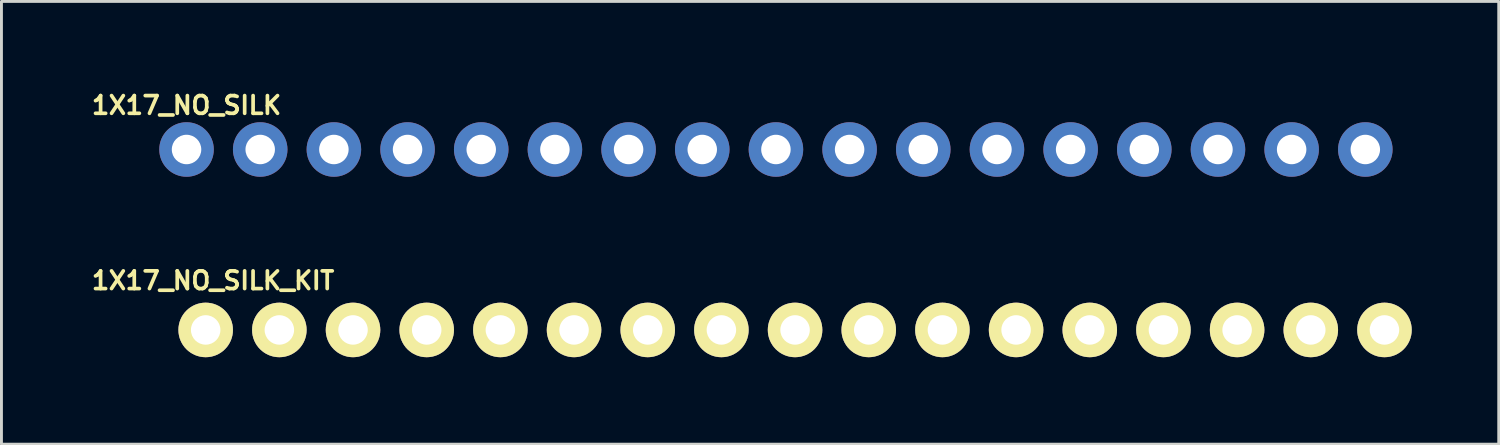
<source format=kicad_pcb>
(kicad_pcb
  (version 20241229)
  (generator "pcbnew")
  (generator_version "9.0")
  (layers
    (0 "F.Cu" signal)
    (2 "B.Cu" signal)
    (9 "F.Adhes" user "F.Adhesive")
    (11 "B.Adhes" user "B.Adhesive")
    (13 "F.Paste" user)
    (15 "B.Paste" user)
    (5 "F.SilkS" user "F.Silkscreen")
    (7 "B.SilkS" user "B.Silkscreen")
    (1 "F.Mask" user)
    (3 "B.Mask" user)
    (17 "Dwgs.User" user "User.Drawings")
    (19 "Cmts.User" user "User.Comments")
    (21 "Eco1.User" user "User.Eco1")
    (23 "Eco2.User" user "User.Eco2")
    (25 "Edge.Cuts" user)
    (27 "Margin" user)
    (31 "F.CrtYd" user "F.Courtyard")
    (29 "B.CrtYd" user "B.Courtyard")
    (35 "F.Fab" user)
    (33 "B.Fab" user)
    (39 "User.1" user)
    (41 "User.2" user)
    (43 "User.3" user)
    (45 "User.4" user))
  (footprint "1X17_NO_SILK"
    (layer "F.Cu")
    (at 3.381 2.104)
    (property "Reference" "1X17_NO_SILK" (at 0 -1.524 0) (layer "F.SilkS") (effects (font (size 0.61 0.61) (thickness 0.127))))
    (attr exclude_from_pos_files exclude_from_bom)
    (pad "1" thru_hole circle (at 0 0) (size 1.88 1.88) (drill 1.016) (layers "*.Cu" "*.Paste" "*.Mask"))
    (pad "2" thru_hole circle (at 2.54 0) (size 1.88 1.88) (drill 1.016) (layers "*.Cu" "*.Paste" "*.Mask"))
    (pad "3" thru_hole circle (at 5.08 0) (size 1.88 1.88) (drill 1.016) (layers "*.Cu" "*.Paste" "*.Mask"))
    (pad "4" thru_hole circle (at 7.62 0) (size 1.88 1.88) (drill 1.016) (layers "*.Cu" "*.Paste" "*.Mask"))
    (pad "5" thru_hole circle (at 10.16 0) (size 1.88 1.88) (drill 1.016) (layers "*.Cu" "*.Paste" "*.Mask"))
    (pad "6" thru_hole circle (at 12.7 0) (size 1.88 1.88) (drill 1.016) (layers "*.Cu" "*.Paste" "*.Mask"))
    (pad "7" thru_hole circle (at 15.24 0) (size 1.88 1.88) (drill 1.016) (layers "*.Cu" "*.Paste" "*.Mask"))
    (pad "8" thru_hole circle (at 17.78 0) (size 1.88 1.88) (drill 1.016) (layers "*.Cu" "*.Paste" "*.Mask"))
    (pad "9" thru_hole circle (at 20.32 0) (size 1.88 1.88) (drill 1.016) (layers "*.Cu" "*.Paste" "*.Mask"))
    (pad "10" thru_hole circle (at 22.86 0) (size 1.88 1.88) (drill 1.016) (layers "*.Cu" "*.Paste" "*.Mask"))
    (pad "11" thru_hole circle (at 25.4 0) (size 1.88 1.88) (drill 1.016) (layers "*.Cu" "*.Paste" "*.Mask"))
    (pad "12" thru_hole circle (at 27.94 0) (size 1.88 1.88) (drill 1.016) (layers "*.Cu" "*.Paste" "*.Mask"))
    (pad "13" thru_hole circle (at 30.48 0) (size 1.88 1.88) (drill 1.016) (layers "*.Cu" "*.Paste" "*.Mask"))
    (pad "14" thru_hole circle (at 33.02 0) (size 1.88 1.88) (drill 1.016) (layers "*.Cu" "*.Paste" "*.Mask"))
    (pad "15" thru_hole circle (at 35.56 0) (size 1.88 1.88) (drill 1.016) (layers "*.Cu" "*.Paste" "*.Mask"))
    (pad "16" thru_hole circle (at 38.1 0) (size 1.88 1.88) (drill 1.016) (layers "*.Cu" "*.Paste" "*.Mask"))
    (pad "17" thru_hole circle (at 40.64 0) (size 1.88 1.88) (drill 1.016) (layers "*.Cu" "*.Paste" "*.Mask")))
  (footprint "1X17_NO_SILK_KIT"
    (layer "F.Cu")
    (at 4.041 8.325)
    (property "Reference" "1X17_NO_SILK_KIT" (at 0.254 -1.702 0) (layer "F.SilkS") (effects (font (size 0.61 0.61) (thickness 0.127))))
    (attr exclude_from_pos_files exclude_from_bom)
    (fp_circle (center 0 0) (end 0 -0.94) (stroke (width 0) (type solid)) (fill yes) (layer "F.SilkS"))
    (fp_circle (center 0 0) (end 0 -0.508) (stroke (width 0) (type solid)) (fill yes) (layer "F.SilkS"))
    (fp_circle (center 2.54 0) (end 2.54 -0.94) (stroke (width 0) (type solid)) (fill yes) (layer "F.SilkS"))
    (fp_circle (center 2.54 0) (end 2.54 -0.508) (stroke (width 0) (type solid)) (fill yes) (layer "F.SilkS"))
    (fp_circle (center 5.08 0) (end 5.08 -0.94) (stroke (width 0) (type solid)) (fill yes) (layer "F.SilkS"))
    (fp_circle (center 5.08 0) (end 5.08 -0.508) (stroke (width 0) (type solid)) (fill yes) (layer "F.SilkS"))
    (fp_circle (center 7.62 0) (end 7.62 -0.94) (stroke (width 0) (type solid)) (fill yes) (layer "F.SilkS"))
    (fp_circle (center 7.62 0) (end 7.62 -0.508) (stroke (width 0) (type solid)) (fill yes) (layer "F.SilkS"))
    (fp_circle (center 10.16 0) (end 10.16 -0.94) (stroke (width 0) (type solid)) (fill yes) (layer "F.SilkS"))
    (fp_circle (center 10.16 0) (end 10.16 -0.508) (stroke (width 0) (type solid)) (fill yes) (layer "F.SilkS"))
    (fp_circle (center 12.7 0) (end 12.7 -0.94) (stroke (width 0) (type solid)) (fill yes) (layer "F.SilkS"))
    (fp_circle (center 12.7 0) (end 12.7 -0.508) (stroke (width 0) (type solid)) (fill yes) (layer "F.SilkS"))
    (fp_circle (center 15.24 0) (end 15.24 -0.94) (stroke (width 0) (type solid)) (fill yes) (layer "F.SilkS"))
    (fp_circle (center 15.24 0) (end 15.24 -0.508) (stroke (width 0) (type solid)) (fill yes) (layer "F.SilkS"))
    (fp_circle (center 17.78 0) (end 17.78 -0.94) (stroke (width 0) (type solid)) (fill yes) (layer "F.SilkS"))
    (fp_circle (center 17.78 0) (end 17.78 -0.508) (stroke (width 0) (type solid)) (fill yes) (layer "F.SilkS"))
    (fp_circle (center 20.32 0) (end 20.32 -0.94) (stroke (width 0) (type solid)) (fill yes) (layer "F.SilkS"))
    (fp_circle (center 20.32 0) (end 20.32 -0.508) (stroke (width 0) (type solid)) (fill yes) (layer "F.SilkS"))
    (fp_circle (center 22.86 0) (end 22.86 -0.94) (stroke (width 0) (type solid)) (fill yes) (layer "F.SilkS"))
    (fp_circle (center 22.86 0) (end 22.86 -0.508) (stroke (width 0) (type solid)) (fill yes) (layer "F.SilkS"))
    (fp_circle (center 25.4 0) (end 25.4 -0.94) (stroke (width 0) (type solid)) (fill yes) (layer "F.SilkS"))
    (fp_circle (center 25.4 0) (end 25.4 -0.508) (stroke (width 0) (type solid)) (fill yes) (layer "F.SilkS"))
    (fp_circle (center 27.94 0) (end 27.94 -0.94) (stroke (width 0) (type solid)) (fill yes) (layer "F.SilkS"))
    (fp_circle (center 27.94 0) (end 27.94 -0.508) (stroke (width 0) (type solid)) (fill yes) (layer "F.SilkS"))
    (fp_circle (center 30.48 0) (end 30.48 -0.94) (stroke (width 0) (type solid)) (fill yes) (layer "F.SilkS"))
    (fp_circle (center 30.48 0) (end 30.48 -0.508) (stroke (width 0) (type solid)) (fill yes) (layer "F.SilkS"))
    (fp_circle (center 33.02 0) (end 33.02 -0.94) (stroke (width 0) (type solid)) (fill yes) (layer "F.SilkS"))
    (fp_circle (center 33.02 0) (end 33.02 -0.508) (stroke (width 0) (type solid)) (fill yes) (layer "F.SilkS"))
    (fp_circle (center 35.56 0) (end 35.56 -0.94) (stroke (width 0) (type solid)) (fill yes) (layer "F.SilkS"))
    (fp_circle (center 35.56 0) (end 35.56 -0.508) (stroke (width 0) (type solid)) (fill yes) (layer "F.SilkS"))
    (fp_circle (center 38.1 0) (end 38.1 -0.94) (stroke (width 0) (type solid)) (fill yes) (layer "F.SilkS"))
    (fp_circle (center 38.1 0) (end 38.1 -0.508) (stroke (width 0) (type solid)) (fill yes) (layer "F.SilkS"))
    (fp_circle (center 40.64 0) (end 40.64 -0.94) (stroke (width 0) (type solid)) (fill yes) (layer "F.SilkS"))
    (fp_circle (center 40.64 0) (end 40.64 -0.508) (stroke (width 0) (type solid)) (fill yes) (layer "F.SilkS"))
    (pad "1" thru_hole circle (at 0 0) (size 1.88 1.88) (drill 1.016) (layers "*.Cu" "*.Paste" "*.Mask"))
    (pad "2" thru_hole circle (at 2.54 0) (size 1.88 1.88) (drill 1.016) (layers "*.Cu" "*.Paste" "*.Mask"))
    (pad "3" thru_hole circle (at 5.08 0) (size 1.88 1.88) (drill 1.016) (layers "*.Cu" "*.Paste" "*.Mask"))
    (pad "4" thru_hole circle (at 7.62 0) (size 1.88 1.88) (drill 1.016) (layers "*.Cu" "*.Paste" "*.Mask"))
    (pad "5" thru_hole circle (at 10.16 0) (size 1.88 1.88) (drill 1.016) (layers "*.Cu" "*.Paste" "*.Mask"))
    (pad "6" thru_hole circle (at 12.7 0) (size 1.88 1.88) (drill 1.016) (layers "*.Cu" "*.Paste" "*.Mask"))
    (pad "7" thru_hole circle (at 15.24 0) (size 1.88 1.88) (drill 1.016) (layers "*.Cu" "*.Paste" "*.Mask"))
    (pad "8" thru_hole circle (at 17.78 0) (size 1.88 1.88) (drill 1.016) (layers "*.Cu" "*.Paste" "*.Mask"))
    (pad "9" thru_hole circle (at 20.32 0) (size 1.88 1.88) (drill 1.016) (layers "*.Cu" "*.Paste" "*.Mask"))
    (pad "10" thru_hole circle (at 22.86 0) (size 1.88 1.88) (drill 1.016) (layers "*.Cu" "*.Paste" "*.Mask"))
    (pad "11" thru_hole circle (at 25.4 0) (size 1.88 1.88) (drill 1.016) (layers "*.Cu" "*.Paste" "*.Mask"))
    (pad "12" thru_hole circle (at 27.94 0) (size 1.88 1.88) (drill 1.016) (layers "*.Cu" "*.Paste" "*.Mask"))
    (pad "13" thru_hole circle (at 30.48 0) (size 1.88 1.88) (drill 1.016) (layers "*.Cu" "*.Paste" "*.Mask"))
    (pad "14" thru_hole circle (at 33.02 0) (size 1.88 1.88) (drill 1.016) (layers "*.Cu" "*.Paste" "*.Mask"))
    (pad "15" thru_hole circle (at 35.56 0) (size 1.88 1.88) (drill 1.016) (layers "*.Cu" "*.Paste" "*.Mask"))
    (pad "16" thru_hole circle (at 38.1 0) (size 1.88 1.88) (drill 1.016) (layers "*.Cu" "*.Paste" "*.Mask"))
    (pad "17" thru_hole circle (at 40.64 0) (size 1.88 1.88) (drill 1.016) (layers "*.Cu" "*.Paste" "*.Mask")))
  (gr_rect
    (start -3 -3)
    (end 48.621 12.264)
    (stroke (width 0.1) (type default))
    (fill no)
    (layer "Edge.Cuts")))
</source>
